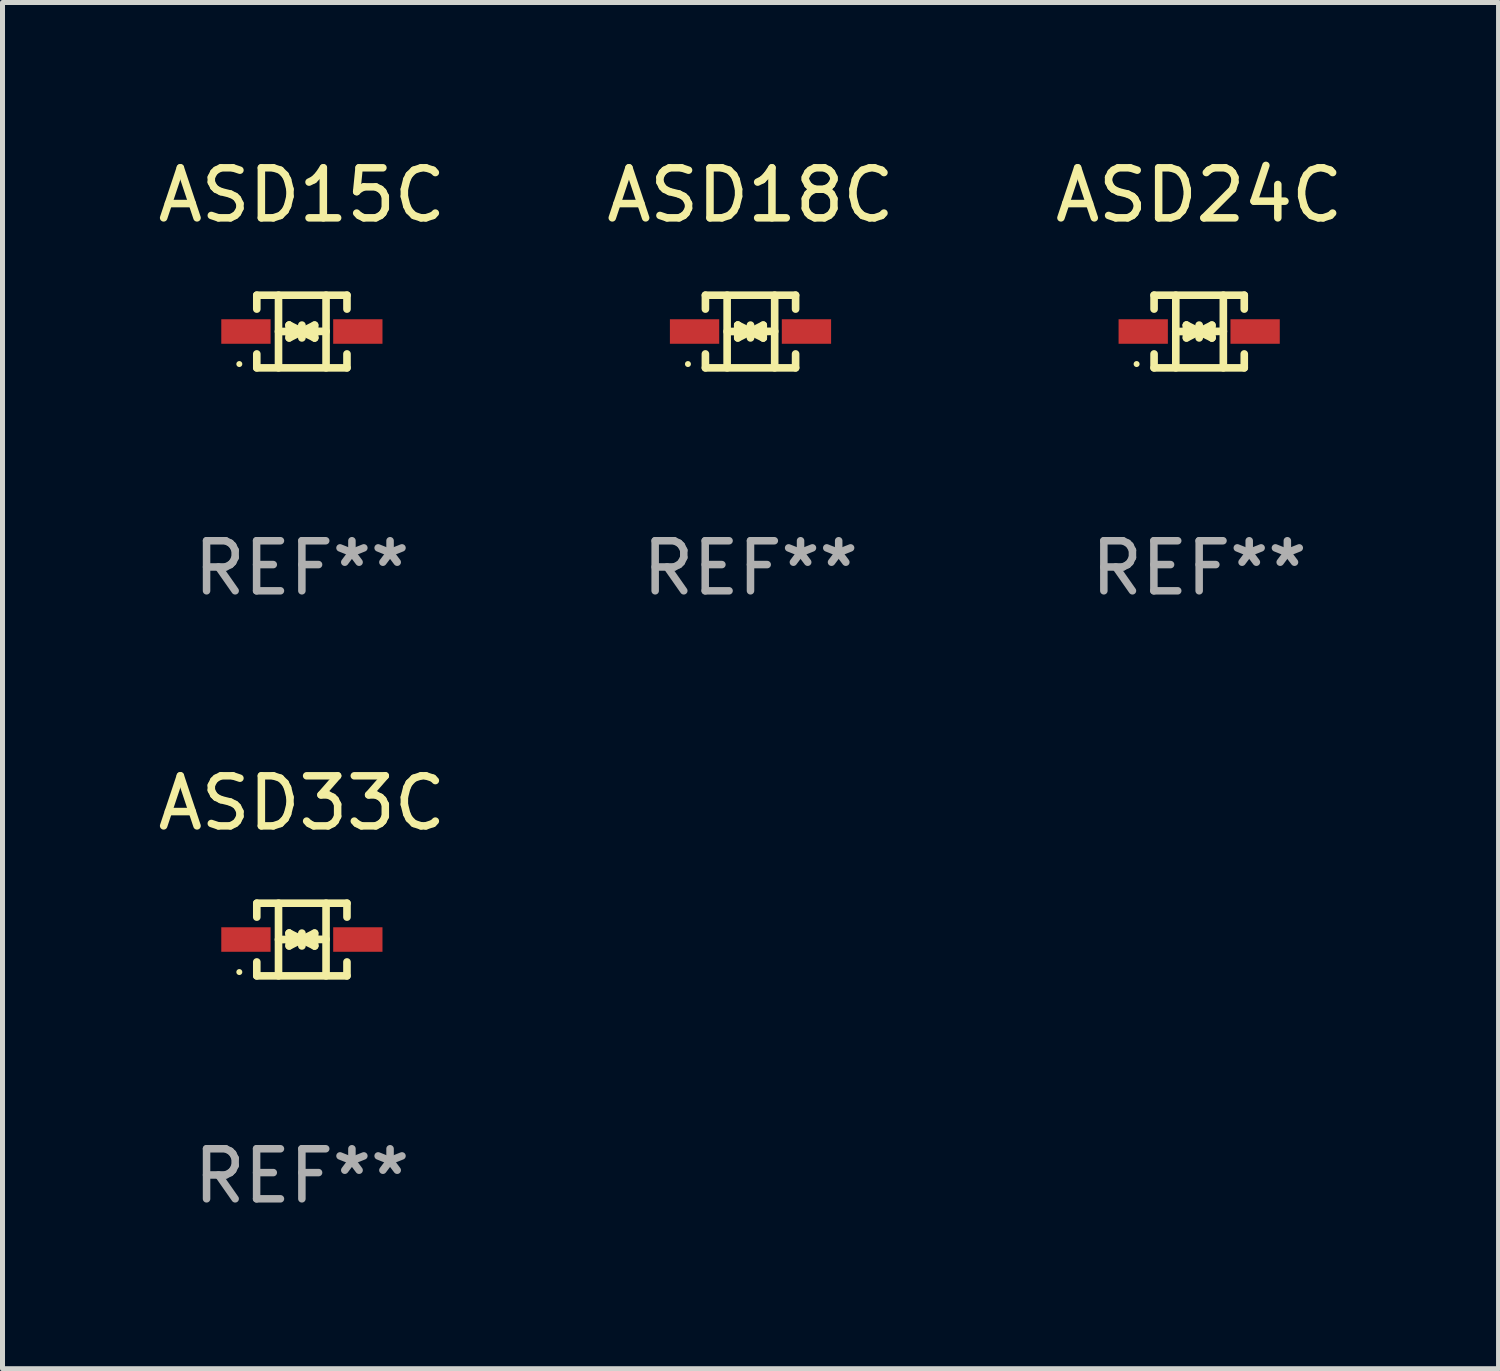
<source format=kicad_pcb>
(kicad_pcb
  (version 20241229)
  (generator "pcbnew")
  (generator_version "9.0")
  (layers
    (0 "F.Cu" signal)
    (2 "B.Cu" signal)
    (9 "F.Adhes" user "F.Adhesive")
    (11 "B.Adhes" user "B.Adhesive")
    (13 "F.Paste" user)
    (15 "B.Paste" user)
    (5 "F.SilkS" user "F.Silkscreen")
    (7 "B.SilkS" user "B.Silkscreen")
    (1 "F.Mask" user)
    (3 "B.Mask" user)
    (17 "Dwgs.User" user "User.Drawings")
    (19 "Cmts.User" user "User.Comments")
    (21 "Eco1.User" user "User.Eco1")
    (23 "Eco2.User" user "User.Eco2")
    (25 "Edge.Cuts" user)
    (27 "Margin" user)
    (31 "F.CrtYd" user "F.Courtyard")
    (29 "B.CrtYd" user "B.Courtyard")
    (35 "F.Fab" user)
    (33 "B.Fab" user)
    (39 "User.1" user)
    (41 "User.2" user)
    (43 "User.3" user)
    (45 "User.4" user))
  (footprint "ASD33C"
    (layer "F.Cu")
    (at 2.982 15.723)
    (property "Reference" "ASD33C" (at 0 -2.726 0) (layer "F.SilkS") (effects (font (size 1 1) (thickness 0.15))))
    (attr through_hole)
    (fp_line (start -0.901 -0.726) (end -0.901 -0.448) (stroke (width 0.152) (type solid)) (layer "F.SilkS"))
    (fp_line (start -0.901 0.726) (end -0.901 0.448) (stroke (width 0.152) (type solid)) (layer "F.SilkS"))
    (fp_line (start -0.467 0) (end 0.483 -0.003) (stroke (width 0.154) (type solid)) (layer "F.SilkS"))
    (fp_line (start -0.467 0.726) (end -0.467 -0.726) (stroke (width 0.152) (type solid)) (layer "F.SilkS"))
    (fp_line (start -0.254 -0.127) (end -0.254 -0.127) (stroke (width 0.154) (type solid)) (layer "F.SilkS"))
    (fp_line (start -0.254 -0.127) (end -0.002 -0.003) (stroke (width 0.154) (type solid)) (layer "F.SilkS"))
    (fp_line (start -0.254 0.127) (end -0.254 -0.127) (stroke (width 0.154) (type solid)) (layer "F.SilkS"))
    (fp_line (start -0.127 0) (end 0.003 0) (stroke (width 0.154) (type solid)) (layer "F.SilkS"))
    (fp_line (start -0.003 0) (end -0.254 0.127) (stroke (width 0.154) (type solid)) (layer "F.SilkS"))
    (fp_line (start 0 -0.127) (end 0 0.127) (stroke (width 0.154) (type solid)) (layer "F.SilkS"))
    (fp_line (start 0.003 0) (end 0.254 -0.127) (stroke (width 0.154) (type solid)) (layer "F.SilkS"))
    (fp_line (start 0.127 0) (end -0.003 0) (stroke (width 0.154) (type solid)) (layer "F.SilkS"))
    (fp_line (start 0.254 -0.127) (end 0.254 0.127) (stroke (width 0.154) (type solid)) (layer "F.SilkS"))
    (fp_line (start 0.254 0.127) (end 0.002 0.003) (stroke (width 0.154) (type solid)) (layer "F.SilkS"))
    (fp_line (start 0.254 0.127) (end 0.254 0.127) (stroke (width 0.154) (type solid)) (layer "F.SilkS"))
    (fp_line (start 0.483 0.726) (end 0.483 -0.726) (stroke (width 0.152) (type solid)) (layer "F.SilkS"))
    (fp_line (start 0.901 -0.726) (end -0.901 -0.726) (stroke (width 0.152) (type solid)) (layer "F.SilkS"))
    (fp_line (start 0.901 -0.726) (end 0.901 -0.448) (stroke (width 0.152) (type solid)) (layer "F.SilkS"))
    (fp_line (start 0.901 0.726) (end -0.901 0.726) (stroke (width 0.152) (type solid)) (layer "F.SilkS"))
    (fp_line (start 0.901 0.726) (end 0.901 0.448) (stroke (width 0.152) (type solid)) (layer "F.SilkS"))
    (fp_circle (center -1.25 0.65) (end -1.22 0.65) (stroke (width 0.06) (type solid)) (fill no) (layer "F.SilkS"))
    (fp_text user "REF**" (at 0 4.726 0) (layer "F.Fab") (effects (font (size 1 1) (thickness 0.15))))
    (pad "1" smd rect (at -1.118 0) (size 0.985 0.49) (layers "F.Cu" "F.Mask" "F.Paste"))
    (pad "2" smd rect (at 1.118 0) (size 0.985 0.49) (layers "F.Cu" "F.Mask" "F.Paste")))
  (footprint "ASD24C"
    (layer "F.Cu")
    (at 20.911 3.574)
    (property "Reference" "ASD24C" (at 0 -2.726 0) (layer "F.SilkS") (effects (font (size 1 1) (thickness 0.15))))
    (attr through_hole)
    (fp_line (start -0.901 -0.726) (end -0.901 -0.448) (stroke (width 0.152) (type solid)) (layer "F.SilkS"))
    (fp_line (start -0.901 0.726) (end -0.901 0.448) (stroke (width 0.152) (type solid)) (layer "F.SilkS"))
    (fp_line (start -0.467 0) (end 0.483 -0.003) (stroke (width 0.154) (type solid)) (layer "F.SilkS"))
    (fp_line (start -0.467 0.726) (end -0.467 -0.726) (stroke (width 0.152) (type solid)) (layer "F.SilkS"))
    (fp_line (start -0.254 -0.127) (end -0.254 -0.127) (stroke (width 0.154) (type solid)) (layer "F.SilkS"))
    (fp_line (start -0.254 -0.127) (end -0.002 -0.003) (stroke (width 0.154) (type solid)) (layer "F.SilkS"))
    (fp_line (start -0.254 0.127) (end -0.254 -0.127) (stroke (width 0.154) (type solid)) (layer "F.SilkS"))
    (fp_line (start -0.127 0) (end 0.003 0) (stroke (width 0.154) (type solid)) (layer "F.SilkS"))
    (fp_line (start -0.003 0) (end -0.254 0.127) (stroke (width 0.154) (type solid)) (layer "F.SilkS"))
    (fp_line (start 0 -0.127) (end 0 0.127) (stroke (width 0.154) (type solid)) (layer "F.SilkS"))
    (fp_line (start 0.003 0) (end 0.254 -0.127) (stroke (width 0.154) (type solid)) (layer "F.SilkS"))
    (fp_line (start 0.127 0) (end -0.003 0) (stroke (width 0.154) (type solid)) (layer "F.SilkS"))
    (fp_line (start 0.254 -0.127) (end 0.254 0.127) (stroke (width 0.154) (type solid)) (layer "F.SilkS"))
    (fp_line (start 0.254 0.127) (end 0.002 0.003) (stroke (width 0.154) (type solid)) (layer "F.SilkS"))
    (fp_line (start 0.254 0.127) (end 0.254 0.127) (stroke (width 0.154) (type solid)) (layer "F.SilkS"))
    (fp_line (start 0.483 0.726) (end 0.483 -0.726) (stroke (width 0.152) (type solid)) (layer "F.SilkS"))
    (fp_line (start 0.901 -0.726) (end -0.901 -0.726) (stroke (width 0.152) (type solid)) (layer "F.SilkS"))
    (fp_line (start 0.901 -0.726) (end 0.901 -0.448) (stroke (width 0.152) (type solid)) (layer "F.SilkS"))
    (fp_line (start 0.901 0.726) (end -0.901 0.726) (stroke (width 0.152) (type solid)) (layer "F.SilkS"))
    (fp_line (start 0.901 0.726) (end 0.901 0.448) (stroke (width 0.152) (type solid)) (layer "F.SilkS"))
    (fp_circle (center -1.25 0.65) (end -1.22 0.65) (stroke (width 0.06) (type solid)) (fill no) (layer "F.SilkS"))
    (fp_text user "REF**" (at 0 4.726 0) (layer "F.Fab") (effects (font (size 1 1) (thickness 0.15))))
    (pad "1" smd rect (at -1.118 0) (size 0.985 0.49) (layers "F.Cu" "F.Mask" "F.Paste"))
    (pad "2" smd rect (at 1.118 0) (size 0.985 0.49) (layers "F.Cu" "F.Mask" "F.Paste")))
  (footprint "ASD15C"
    (layer "F.Cu")
    (at 2.982 3.574)
    (property "Reference" "ASD15C" (at 0 -2.726 0) (layer "F.SilkS") (effects (font (size 1 1) (thickness 0.15))))
    (attr through_hole)
    (fp_line (start -0.901 -0.726) (end -0.901 -0.448) (stroke (width 0.152) (type solid)) (layer "F.SilkS"))
    (fp_line (start -0.901 0.726) (end -0.901 0.448) (stroke (width 0.152) (type solid)) (layer "F.SilkS"))
    (fp_line (start -0.467 0) (end 0.483 -0.003) (stroke (width 0.154) (type solid)) (layer "F.SilkS"))
    (fp_line (start -0.467 0.726) (end -0.467 -0.726) (stroke (width 0.152) (type solid)) (layer "F.SilkS"))
    (fp_line (start -0.254 -0.127) (end -0.254 -0.127) (stroke (width 0.154) (type solid)) (layer "F.SilkS"))
    (fp_line (start -0.254 -0.127) (end -0.002 -0.003) (stroke (width 0.154) (type solid)) (layer "F.SilkS"))
    (fp_line (start -0.254 0.127) (end -0.254 -0.127) (stroke (width 0.154) (type solid)) (layer "F.SilkS"))
    (fp_line (start -0.127 0) (end 0.003 0) (stroke (width 0.154) (type solid)) (layer "F.SilkS"))
    (fp_line (start -0.003 0) (end -0.254 0.127) (stroke (width 0.154) (type solid)) (layer "F.SilkS"))
    (fp_line (start 0 -0.127) (end 0 0.127) (stroke (width 0.154) (type solid)) (layer "F.SilkS"))
    (fp_line (start 0.003 0) (end 0.254 -0.127) (stroke (width 0.154) (type solid)) (layer "F.SilkS"))
    (fp_line (start 0.127 0) (end -0.003 0) (stroke (width 0.154) (type solid)) (layer "F.SilkS"))
    (fp_line (start 0.254 -0.127) (end 0.254 0.127) (stroke (width 0.154) (type solid)) (layer "F.SilkS"))
    (fp_line (start 0.254 0.127) (end 0.002 0.003) (stroke (width 0.154) (type solid)) (layer "F.SilkS"))
    (fp_line (start 0.254 0.127) (end 0.254 0.127) (stroke (width 0.154) (type solid)) (layer "F.SilkS"))
    (fp_line (start 0.483 0.726) (end 0.483 -0.726) (stroke (width 0.152) (type solid)) (layer "F.SilkS"))
    (fp_line (start 0.901 -0.726) (end -0.901 -0.726) (stroke (width 0.152) (type solid)) (layer "F.SilkS"))
    (fp_line (start 0.901 -0.726) (end 0.901 -0.448) (stroke (width 0.152) (type solid)) (layer "F.SilkS"))
    (fp_line (start 0.901 0.726) (end -0.901 0.726) (stroke (width 0.152) (type solid)) (layer "F.SilkS"))
    (fp_line (start 0.901 0.726) (end 0.901 0.448) (stroke (width 0.152) (type solid)) (layer "F.SilkS"))
    (fp_circle (center -1.25 0.65) (end -1.22 0.65) (stroke (width 0.06) (type solid)) (fill no) (layer "F.SilkS"))
    (fp_text user "REF**" (at 0 4.726 0) (layer "F.Fab") (effects (font (size 1 1) (thickness 0.15))))
    (pad "1" smd rect (at -1.118 0) (size 0.985 0.49) (layers "F.Cu" "F.Mask" "F.Paste"))
    (pad "2" smd rect (at 1.118 0) (size 0.985 0.49) (layers "F.Cu" "F.Mask" "F.Paste")))
  (footprint "ASD18C"
    (layer "F.Cu")
    (at 11.946 3.574)
    (property "Reference" "ASD18C" (at 0 -2.726 0) (layer "F.SilkS") (effects (font (size 1 1) (thickness 0.15))))
    (attr through_hole)
    (fp_line (start -0.901 -0.726) (end -0.901 -0.448) (stroke (width 0.152) (type solid)) (layer "F.SilkS"))
    (fp_line (start -0.901 0.726) (end -0.901 0.448) (stroke (width 0.152) (type solid)) (layer "F.SilkS"))
    (fp_line (start -0.467 0) (end 0.483 -0.003) (stroke (width 0.154) (type solid)) (layer "F.SilkS"))
    (fp_line (start -0.467 0.726) (end -0.467 -0.726) (stroke (width 0.152) (type solid)) (layer "F.SilkS"))
    (fp_line (start -0.254 -0.127) (end -0.254 -0.127) (stroke (width 0.154) (type solid)) (layer "F.SilkS"))
    (fp_line (start -0.254 -0.127) (end -0.002 -0.003) (stroke (width 0.154) (type solid)) (layer "F.SilkS"))
    (fp_line (start -0.254 0.127) (end -0.254 -0.127) (stroke (width 0.154) (type solid)) (layer "F.SilkS"))
    (fp_line (start -0.127 0) (end 0.003 0) (stroke (width 0.154) (type solid)) (layer "F.SilkS"))
    (fp_line (start -0.003 0) (end -0.254 0.127) (stroke (width 0.154) (type solid)) (layer "F.SilkS"))
    (fp_line (start 0 -0.127) (end 0 0.127) (stroke (width 0.154) (type solid)) (layer "F.SilkS"))
    (fp_line (start 0.003 0) (end 0.254 -0.127) (stroke (width 0.154) (type solid)) (layer "F.SilkS"))
    (fp_line (start 0.127 0) (end -0.003 0) (stroke (width 0.154) (type solid)) (layer "F.SilkS"))
    (fp_line (start 0.254 -0.127) (end 0.254 0.127) (stroke (width 0.154) (type solid)) (layer "F.SilkS"))
    (fp_line (start 0.254 0.127) (end 0.002 0.003) (stroke (width 0.154) (type solid)) (layer "F.SilkS"))
    (fp_line (start 0.254 0.127) (end 0.254 0.127) (stroke (width 0.154) (type solid)) (layer "F.SilkS"))
    (fp_line (start 0.483 0.726) (end 0.483 -0.726) (stroke (width 0.152) (type solid)) (layer "F.SilkS"))
    (fp_line (start 0.901 -0.726) (end -0.901 -0.726) (stroke (width 0.152) (type solid)) (layer "F.SilkS"))
    (fp_line (start 0.901 -0.726) (end 0.901 -0.448) (stroke (width 0.152) (type solid)) (layer "F.SilkS"))
    (fp_line (start 0.901 0.726) (end -0.901 0.726) (stroke (width 0.152) (type solid)) (layer "F.SilkS"))
    (fp_line (start 0.901 0.726) (end 0.901 0.448) (stroke (width 0.152) (type solid)) (layer "F.SilkS"))
    (fp_circle (center -1.25 0.65) (end -1.22 0.65) (stroke (width 0.06) (type solid)) (fill no) (layer "F.SilkS"))
    (fp_text user "REF**" (at 0 4.726 0) (layer "F.Fab") (effects (font (size 1 1) (thickness 0.15))))
    (pad "1" smd rect (at -1.118 0) (size 0.985 0.49) (layers "F.Cu" "F.Mask" "F.Paste"))
    (pad "2" smd rect (at 1.118 0) (size 0.985 0.49) (layers "F.Cu" "F.Mask" "F.Paste")))
  (gr_rect
    (start -3 -3)
    (end 26.893 24.298)
    (stroke (width 0.1) (type default))
    (fill no)
    (layer "Edge.Cuts")))
</source>
